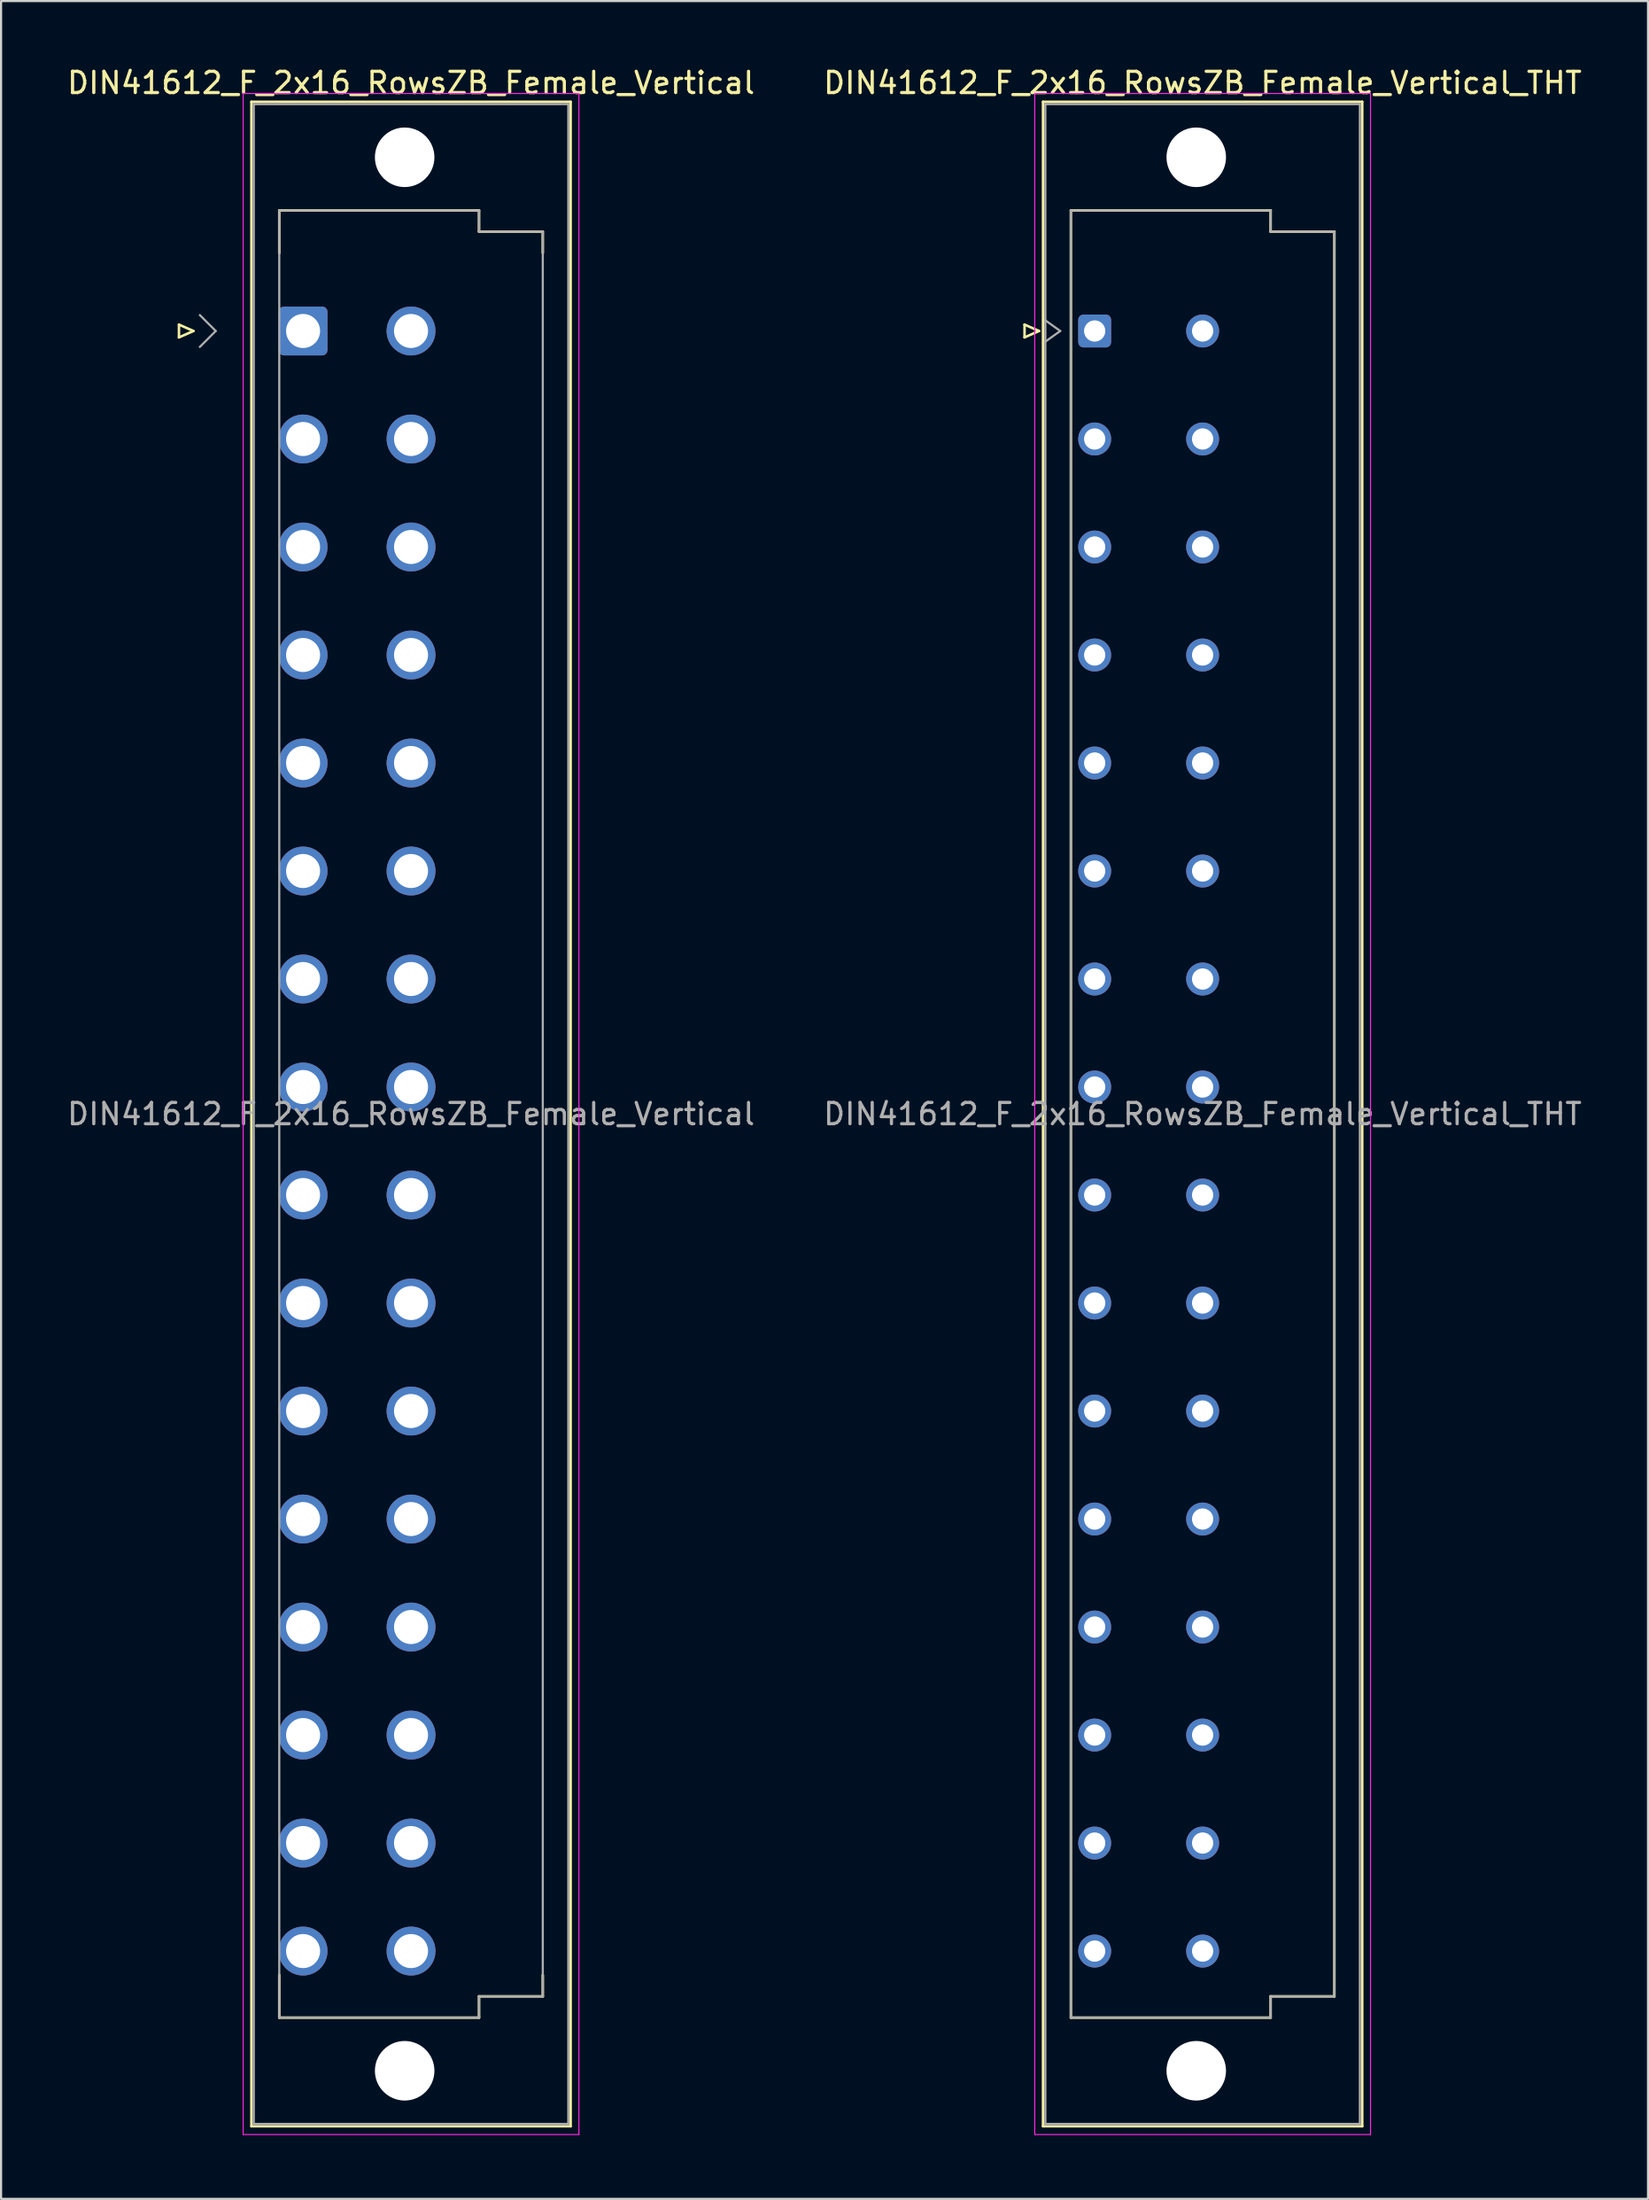
<source format=kicad_pcb>
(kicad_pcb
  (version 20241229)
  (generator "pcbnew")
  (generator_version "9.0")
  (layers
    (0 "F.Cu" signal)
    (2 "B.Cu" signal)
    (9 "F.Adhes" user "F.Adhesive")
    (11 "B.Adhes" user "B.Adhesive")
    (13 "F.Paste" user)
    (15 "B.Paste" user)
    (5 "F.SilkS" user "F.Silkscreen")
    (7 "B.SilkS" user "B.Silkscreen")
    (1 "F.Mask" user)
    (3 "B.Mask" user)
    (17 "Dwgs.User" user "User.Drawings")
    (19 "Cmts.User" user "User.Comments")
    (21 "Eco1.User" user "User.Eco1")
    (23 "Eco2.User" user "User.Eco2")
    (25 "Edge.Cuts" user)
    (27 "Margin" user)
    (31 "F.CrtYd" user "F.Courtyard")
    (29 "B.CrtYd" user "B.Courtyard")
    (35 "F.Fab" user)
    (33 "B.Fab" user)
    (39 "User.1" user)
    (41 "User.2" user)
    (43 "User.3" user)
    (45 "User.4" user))
  (footprint "DIN41612_F_2x16_RowsZB_Female_Vertical_THT"
    (layer "F.Cu")
    (at 51.002 9.978)
    (property "Reference" "DIN41612_F_2x16_RowsZB_Female_Vertical_THT" (at 2.54 -9.13 0) (layer "F.SilkS") (effects (font (size 1 1) (thickness 0.15))))
    (attr through_hole)
    (fp_line (start -5.84 2.24) (end -5.84 2.84) (stroke (width 0.12) (type solid)) (layer "F.SilkS"))
    (fp_line (start -5.84 2.84) (end -5.16 2.54) (stroke (width 0.12) (type solid)) (layer "F.SilkS"))
    (fp_line (start -5.16 2.54) (end -5.84 2.24) (stroke (width 0.12) (type solid)) (layer "F.SilkS"))
    (fp_line (start -4.97 -8.24) (end 10.05 -8.24) (stroke (width 0.12) (type solid)) (layer "F.SilkS"))
    (fp_line (start -4.97 86.98) (end -4.97 -8.24) (stroke (width 0.12) (type solid)) (layer "F.SilkS"))
    (fp_line (start -3.66 -3.131) (end 5.74 -3.131) (stroke (width 0.12) (type solid)) (layer "F.SilkS"))
    (fp_line (start -3.66 81.87) (end -3.66 -3.131) (stroke (width 0.12) (type solid)) (layer "F.SilkS"))
    (fp_line (start 5.74 -3.131) (end 5.74 -2.131) (stroke (width 0.12) (type solid)) (layer "F.SilkS"))
    (fp_line (start 5.74 -2.131) (end 8.74 -2.131) (stroke (width 0.12) (type solid)) (layer "F.SilkS"))
    (fp_line (start 5.74 80.87) (end 5.74 81.87) (stroke (width 0.12) (type solid)) (layer "F.SilkS"))
    (fp_line (start 5.74 81.87) (end -3.66 81.87) (stroke (width 0.12) (type solid)) (layer "F.SilkS"))
    (fp_line (start 8.74 -2.131) (end 8.74 80.87) (stroke (width 0.12) (type solid)) (layer "F.SilkS"))
    (fp_line (start 8.74 80.87) (end 5.74 80.87) (stroke (width 0.12) (type solid)) (layer "F.SilkS"))
    (fp_line (start 10.05 -8.24) (end 10.05 86.98) (stroke (width 0.12) (type solid)) (layer "F.SilkS"))
    (fp_line (start 10.05 86.98) (end -4.97 86.98) (stroke (width 0.12) (type solid)) (layer "F.SilkS"))
    (fp_line (start -5.36 -8.63) (end 10.44 -8.63) (stroke (width 0.05) (type solid)) (layer "F.CrtYd"))
    (fp_line (start -5.36 87.37) (end -5.36 -8.63) (stroke (width 0.05) (type solid)) (layer "F.CrtYd"))
    (fp_line (start 10.44 -8.63) (end 10.44 87.37) (stroke (width 0.05) (type solid)) (layer "F.CrtYd"))
    (fp_line (start 10.44 87.37) (end -5.36 87.37) (stroke (width 0.05) (type solid)) (layer "F.CrtYd"))
    (fp_line (start -4.86 -8.13) (end 9.94 -8.13) (stroke (width 0.1) (type solid)) (layer "F.Fab"))
    (fp_line (start -4.86 2.04) (end -4.16 2.54) (stroke (width 0.1) (type solid)) (layer "F.Fab"))
    (fp_line (start -4.86 86.87) (end -4.86 -8.13) (stroke (width 0.1) (type solid)) (layer "F.Fab"))
    (fp_line (start -4.16 2.54) (end -4.86 3.04) (stroke (width 0.1) (type solid)) (layer "F.Fab"))
    (fp_line (start -3.66 -3.13) (end 5.74 -3.13) (stroke (width 0.1) (type solid)) (layer "F.Fab"))
    (fp_line (start -3.66 81.87) (end -3.66 -3.13) (stroke (width 0.1) (type solid)) (layer "F.Fab"))
    (fp_line (start 5.74 -3.13) (end 5.74 -2.13) (stroke (width 0.1) (type solid)) (layer "F.Fab"))
    (fp_line (start 5.74 -2.13) (end 8.74 -2.13) (stroke (width 0.1) (type solid)) (layer "F.Fab"))
    (fp_line (start 5.74 80.87) (end 5.74 81.87) (stroke (width 0.1) (type solid)) (layer "F.Fab"))
    (fp_line (start 5.74 81.87) (end -3.66 81.87) (stroke (width 0.1) (type solid)) (layer "F.Fab"))
    (fp_line (start 8.74 -2.13) (end 8.74 80.87) (stroke (width 0.1) (type solid)) (layer "F.Fab"))
    (fp_line (start 8.74 80.87) (end 5.74 80.87) (stroke (width 0.1) (type solid)) (layer "F.Fab"))
    (fp_line (start 9.94 -8.13) (end 9.94 86.87) (stroke (width 0.1) (type solid)) (layer "F.Fab"))
    (fp_line (start 9.94 86.87) (end -4.86 86.87) (stroke (width 0.1) (type solid)) (layer "F.Fab"))
    (fp_text user "${REFERENCE}" (at 2.54 39.37 0) (layer "F.Fab") (effects (font (size 1 1) (thickness 0.15))))
    (pad "" np_thru_hole circle (at 2.24 -5.63) (size 2.8 2.8) (drill 2.8) (layers "*.Cu" "*.Mask"))
    (pad "" np_thru_hole circle (at 2.24 84.37) (size 2.8 2.8) (drill 2.8) (layers "*.Cu" "*.Mask"))
    (pad "b0" thru_hole circle (at 2.54 2.54) (size 1.55 1.55) (drill 1) (layers "*.Cu" "*.Mask"))
    (pad "b1" thru_hole circle (at 2.54 7.62) (size 1.55 1.55) (drill 1) (layers "*.Cu" "*.Mask"))
    (pad "b2" thru_hole circle (at 2.54 12.7) (size 1.55 1.55) (drill 1) (layers "*.Cu" "*.Mask"))
    (pad "b3" thru_hole circle (at 2.54 17.78) (size 1.55 1.55) (drill 1) (layers "*.Cu" "*.Mask"))
    (pad "b4" thru_hole circle (at 2.54 22.86) (size 1.55 1.55) (drill 1) (layers "*.Cu" "*.Mask"))
    (pad "b5" thru_hole circle (at 2.54 27.94) (size 1.55 1.55) (drill 1) (layers "*.Cu" "*.Mask"))
    (pad "b6" thru_hole circle (at 2.54 33.02) (size 1.55 1.55) (drill 1) (layers "*.Cu" "*.Mask"))
    (pad "b7" thru_hole circle (at 2.54 38.1) (size 1.55 1.55) (drill 1) (layers "*.Cu" "*.Mask"))
    (pad "b8" thru_hole circle (at 2.54 43.18) (size 1.55 1.55) (drill 1) (layers "*.Cu" "*.Mask"))
    (pad "b9" thru_hole circle (at 2.54 48.26) (size 1.55 1.55) (drill 1) (layers "*.Cu" "*.Mask"))
    (pad "b10" thru_hole circle (at 2.54 53.34) (size 1.55 1.55) (drill 1) (layers "*.Cu" "*.Mask"))
    (pad "b11" thru_hole circle (at 2.54 58.42) (size 1.55 1.55) (drill 1) (layers "*.Cu" "*.Mask"))
    (pad "b12" thru_hole circle (at 2.54 63.5) (size 1.55 1.55) (drill 1) (layers "*.Cu" "*.Mask"))
    (pad "b13" thru_hole circle (at 2.54 68.58) (size 1.55 1.55) (drill 1) (layers "*.Cu" "*.Mask"))
    (pad "b14" thru_hole circle (at 2.54 73.66) (size 1.55 1.55) (drill 1) (layers "*.Cu" "*.Mask"))
    (pad "b15" thru_hole circle (at 2.54 78.74) (size 1.55 1.55) (drill 1) (layers "*.Cu" "*.Mask"))
    (pad "z0" thru_hole roundrect (at -2.54 2.54) (size 1.55 1.55) (drill 1) (layers "*.Cu" "*.Mask") (roundrect_rratio 0.161))
    (pad "z1" thru_hole circle (at -2.54 7.62) (size 1.55 1.55) (drill 1) (layers "*.Cu" "*.Mask"))
    (pad "z2" thru_hole circle (at -2.54 12.7) (size 1.55 1.55) (drill 1) (layers "*.Cu" "*.Mask"))
    (pad "z3" thru_hole circle (at -2.54 17.78) (size 1.55 1.55) (drill 1) (layers "*.Cu" "*.Mask"))
    (pad "z4" thru_hole circle (at -2.54 22.86) (size 1.55 1.55) (drill 1) (layers "*.Cu" "*.Mask"))
    (pad "z5" thru_hole circle (at -2.54 27.94) (size 1.55 1.55) (drill 1) (layers "*.Cu" "*.Mask"))
    (pad "z6" thru_hole circle (at -2.54 33.02) (size 1.55 1.55) (drill 1) (layers "*.Cu" "*.Mask"))
    (pad "z7" thru_hole circle (at -2.54 38.1) (size 1.55 1.55) (drill 1) (layers "*.Cu" "*.Mask"))
    (pad "z8" thru_hole circle (at -2.54 43.18) (size 1.55 1.55) (drill 1) (layers "*.Cu" "*.Mask"))
    (pad "z9" thru_hole circle (at -2.54 48.26) (size 1.55 1.55) (drill 1) (layers "*.Cu" "*.Mask"))
    (pad "z10" thru_hole circle (at -2.54 53.34) (size 1.55 1.55) (drill 1) (layers "*.Cu" "*.Mask"))
    (pad "z11" thru_hole circle (at -2.54 58.42) (size 1.55 1.55) (drill 1) (layers "*.Cu" "*.Mask"))
    (pad "z12" thru_hole circle (at -2.54 63.5) (size 1.55 1.55) (drill 1) (layers "*.Cu" "*.Mask"))
    (pad "z13" thru_hole circle (at -2.54 68.58) (size 1.55 1.55) (drill 1) (layers "*.Cu" "*.Mask"))
    (pad "z14" thru_hole circle (at -2.54 73.66) (size 1.55 1.55) (drill 1) (layers "*.Cu" "*.Mask"))
    (pad "z15" thru_hole circle (at -2.54 78.74) (size 1.55 1.55) (drill 1) (layers "*.Cu" "*.Mask")))
  (footprint "DIN41612_F_2x16_RowsZB_Female_Vertical"
    (layer "F.Cu")
    (at 13.752 9.978)
    (property "Reference" "DIN41612_F_2x16_RowsZB_Female_Vertical" (at 2.54 -9.13 0) (layer "F.SilkS") (effects (font (size 1 1) (thickness 0.15))))
    (attr through_hole)
    (fp_line (start -8.38 2.24) (end -8.38 2.84) (stroke (width 0.12) (type solid)) (layer "F.SilkS"))
    (fp_line (start -8.38 2.84) (end -7.7 2.54) (stroke (width 0.12) (type solid)) (layer "F.SilkS"))
    (fp_line (start -7.7 2.54) (end -8.38 2.24) (stroke (width 0.12) (type solid)) (layer "F.SilkS"))
    (fp_line (start -4.97 -8.24) (end 10.05 -8.24) (stroke (width 0.12) (type solid)) (layer "F.SilkS"))
    (fp_line (start -4.97 86.98) (end -4.97 -8.24) (stroke (width 0.12) (type solid)) (layer "F.SilkS"))
    (fp_line (start -3.66 -3.13) (end 5.74 -3.13) (stroke (width 0.12) (type solid)) (layer "F.SilkS"))
    (fp_line (start -3.66 -1.13) (end -3.66 -3.13) (stroke (width 0.12) (type solid)) (layer "F.SilkS"))
    (fp_line (start -3.66 79.87) (end -3.66 81.87) (stroke (width 0.12) (type solid)) (layer "F.SilkS"))
    (fp_line (start -3.66 81.87) (end 5.74 81.87) (stroke (width 0.12) (type solid)) (layer "F.SilkS"))
    (fp_line (start 5.74 -3.13) (end 5.74 -2.13) (stroke (width 0.12) (type solid)) (layer "F.SilkS"))
    (fp_line (start 5.74 -2.13) (end 8.74 -2.13) (stroke (width 0.12) (type solid)) (layer "F.SilkS"))
    (fp_line (start 5.74 80.87) (end 8.74 80.87) (stroke (width 0.12) (type solid)) (layer "F.SilkS"))
    (fp_line (start 5.74 81.87) (end 5.74 80.87) (stroke (width 0.12) (type solid)) (layer "F.SilkS"))
    (fp_line (start 8.74 -2.13) (end 8.74 -1.13) (stroke (width 0.12) (type solid)) (layer "F.SilkS"))
    (fp_line (start 8.74 80.87) (end 8.74 79.87) (stroke (width 0.12) (type solid)) (layer "F.SilkS"))
    (fp_line (start 10.05 -8.24) (end 10.05 86.98) (stroke (width 0.12) (type solid)) (layer "F.SilkS"))
    (fp_line (start 10.05 86.98) (end -4.97 86.98) (stroke (width 0.12) (type solid)) (layer "F.SilkS"))
    (fp_line (start -5.36 -8.63) (end 10.44 -8.63) (stroke (width 0.05) (type solid)) (layer "F.CrtYd"))
    (fp_line (start -5.36 87.37) (end -5.36 -8.63) (stroke (width 0.05) (type solid)) (layer "F.CrtYd"))
    (fp_line (start 10.44 -8.63) (end 10.44 87.37) (stroke (width 0.05) (type solid)) (layer "F.CrtYd"))
    (fp_line (start 10.44 87.37) (end -5.36 87.37) (stroke (width 0.05) (type solid)) (layer "F.CrtYd"))
    (fp_line (start -7.4 1.79) (end -6.65 2.54) (stroke (width 0.1) (type solid)) (layer "F.Fab"))
    (fp_line (start -6.65 2.54) (end -7.4 3.29) (stroke (width 0.1) (type solid)) (layer "F.Fab"))
    (fp_line (start -4.86 -8.13) (end 9.94 -8.13) (stroke (width 0.1) (type solid)) (layer "F.Fab"))
    (fp_line (start -4.86 86.87) (end -4.86 -8.13) (stroke (width 0.1) (type solid)) (layer "F.Fab"))
    (fp_line (start -3.66 -3.13) (end 5.74 -3.13) (stroke (width 0.1) (type solid)) (layer "F.Fab"))
    (fp_line (start -3.66 81.87) (end -3.66 -3.13) (stroke (width 0.1) (type solid)) (layer "F.Fab"))
    (fp_line (start 5.74 -3.13) (end 5.74 -2.13) (stroke (width 0.1) (type solid)) (layer "F.Fab"))
    (fp_line (start 5.74 -2.13) (end 8.74 -2.13) (stroke (width 0.1) (type solid)) (layer "F.Fab"))
    (fp_line (start 5.74 80.87) (end 5.74 81.87) (stroke (width 0.1) (type solid)) (layer "F.Fab"))
    (fp_line (start 5.74 81.87) (end -3.66 81.87) (stroke (width 0.1) (type solid)) (layer "F.Fab"))
    (fp_line (start 8.74 -2.13) (end 8.74 80.87) (stroke (width 0.1) (type solid)) (layer "F.Fab"))
    (fp_line (start 8.74 80.87) (end 5.74 80.87) (stroke (width 0.1) (type solid)) (layer "F.Fab"))
    (fp_line (start 9.94 -8.13) (end 9.94 86.87) (stroke (width 0.1) (type solid)) (layer "F.Fab"))
    (fp_line (start 9.94 86.87) (end -4.86 86.87) (stroke (width 0.1) (type solid)) (layer "F.Fab"))
    (fp_text user "${REFERENCE}" (at 2.54 39.37 0) (layer "F.Fab") (effects (font (size 1 1) (thickness 0.15))))
    (pad "" np_thru_hole circle (at 2.24 -5.63) (size 2.8 2.8) (drill 2.8) (layers "*.Cu" "*.Mask"))
    (pad "" np_thru_hole circle (at 2.24 84.37) (size 2.8 2.8) (drill 2.8) (layers "*.Cu" "*.Mask"))
    (pad "b2" thru_hole circle (at 2.54 2.54) (size 2.3 2.3) (drill 1.6) (layers "*.Cu" "*.Mask"))
    (pad "b4" thru_hole circle (at 2.54 7.62) (size 2.3 2.3) (drill 1.6) (layers "*.Cu" "*.Mask"))
    (pad "b6" thru_hole circle (at 2.54 12.7) (size 2.3 2.3) (drill 1.6) (layers "*.Cu" "*.Mask"))
    (pad "b8" thru_hole circle (at 2.54 17.78) (size 2.3 2.3) (drill 1.6) (layers "*.Cu" "*.Mask"))
    (pad "b10" thru_hole circle (at 2.54 22.86) (size 2.3 2.3) (drill 1.6) (layers "*.Cu" "*.Mask"))
    (pad "b12" thru_hole circle (at 2.54 27.94) (size 2.3 2.3) (drill 1.6) (layers "*.Cu" "*.Mask"))
    (pad "b14" thru_hole circle (at 2.54 33.02) (size 2.3 2.3) (drill 1.6) (layers "*.Cu" "*.Mask"))
    (pad "b16" thru_hole circle (at 2.54 38.1) (size 2.3 2.3) (drill 1.6) (layers "*.Cu" "*.Mask"))
    (pad "b18" thru_hole circle (at 2.54 43.18) (size 2.3 2.3) (drill 1.6) (layers "*.Cu" "*.Mask"))
    (pad "b20" thru_hole circle (at 2.54 48.26) (size 2.3 2.3) (drill 1.6) (layers "*.Cu" "*.Mask"))
    (pad "b22" thru_hole circle (at 2.54 53.34) (size 2.3 2.3) (drill 1.6) (layers "*.Cu" "*.Mask"))
    (pad "b24" thru_hole circle (at 2.54 58.42) (size 2.3 2.3) (drill 1.6) (layers "*.Cu" "*.Mask"))
    (pad "b26" thru_hole circle (at 2.54 63.5) (size 2.3 2.3) (drill 1.6) (layers "*.Cu" "*.Mask"))
    (pad "b28" thru_hole circle (at 2.54 68.58) (size 2.3 2.3) (drill 1.6) (layers "*.Cu" "*.Mask"))
    (pad "b30" thru_hole circle (at 2.54 73.66) (size 2.3 2.3) (drill 1.6) (layers "*.Cu" "*.Mask"))
    (pad "b32" thru_hole circle (at 2.54 78.74) (size 2.3 2.3) (drill 1.6) (layers "*.Cu" "*.Mask"))
    (pad "z2" thru_hole roundrect (at -2.54 2.54) (size 2.3 2.3) (drill 1.6) (layers "*.Cu" "*.Mask") (roundrect_rratio 0.109))
    (pad "z4" thru_hole circle (at -2.54 7.62) (size 2.3 2.3) (drill 1.6) (layers "*.Cu" "*.Mask"))
    (pad "z6" thru_hole circle (at -2.54 12.7) (size 2.3 2.3) (drill 1.6) (layers "*.Cu" "*.Mask"))
    (pad "z8" thru_hole circle (at -2.54 17.78) (size 2.3 2.3) (drill 1.6) (layers "*.Cu" "*.Mask"))
    (pad "z10" thru_hole circle (at -2.54 22.86) (size 2.3 2.3) (drill 1.6) (layers "*.Cu" "*.Mask"))
    (pad "z12" thru_hole circle (at -2.54 27.94) (size 2.3 2.3) (drill 1.6) (layers "*.Cu" "*.Mask"))
    (pad "z14" thru_hole circle (at -2.54 33.02) (size 2.3 2.3) (drill 1.6) (layers "*.Cu" "*.Mask"))
    (pad "z16" thru_hole circle (at -2.54 38.1) (size 2.3 2.3) (drill 1.6) (layers "*.Cu" "*.Mask"))
    (pad "z18" thru_hole circle (at -2.54 43.18) (size 2.3 2.3) (drill 1.6) (layers "*.Cu" "*.Mask"))
    (pad "z20" thru_hole circle (at -2.54 48.26) (size 2.3 2.3) (drill 1.6) (layers "*.Cu" "*.Mask"))
    (pad "z22" thru_hole circle (at -2.54 53.34) (size 2.3 2.3) (drill 1.6) (layers "*.Cu" "*.Mask"))
    (pad "z24" thru_hole circle (at -2.54 58.42) (size 2.3 2.3) (drill 1.6) (layers "*.Cu" "*.Mask"))
    (pad "z26" thru_hole circle (at -2.54 63.5) (size 2.3 2.3) (drill 1.6) (layers "*.Cu" "*.Mask"))
    (pad "z28" thru_hole circle (at -2.54 68.58) (size 2.3 2.3) (drill 1.6) (layers "*.Cu" "*.Mask"))
    (pad "z30" thru_hole circle (at -2.54 73.66) (size 2.3 2.3) (drill 1.6) (layers "*.Cu" "*.Mask"))
    (pad "z32" thru_hole circle (at -2.54 78.74) (size 2.3 2.3) (drill 1.6) (layers "*.Cu" "*.Mask")))
  (gr_rect
    (start -3 -3)
    (end 74.5 100.373)
    (stroke (width 0.1) (type default))
    (fill no)
    (layer "Edge.Cuts")))
</source>
